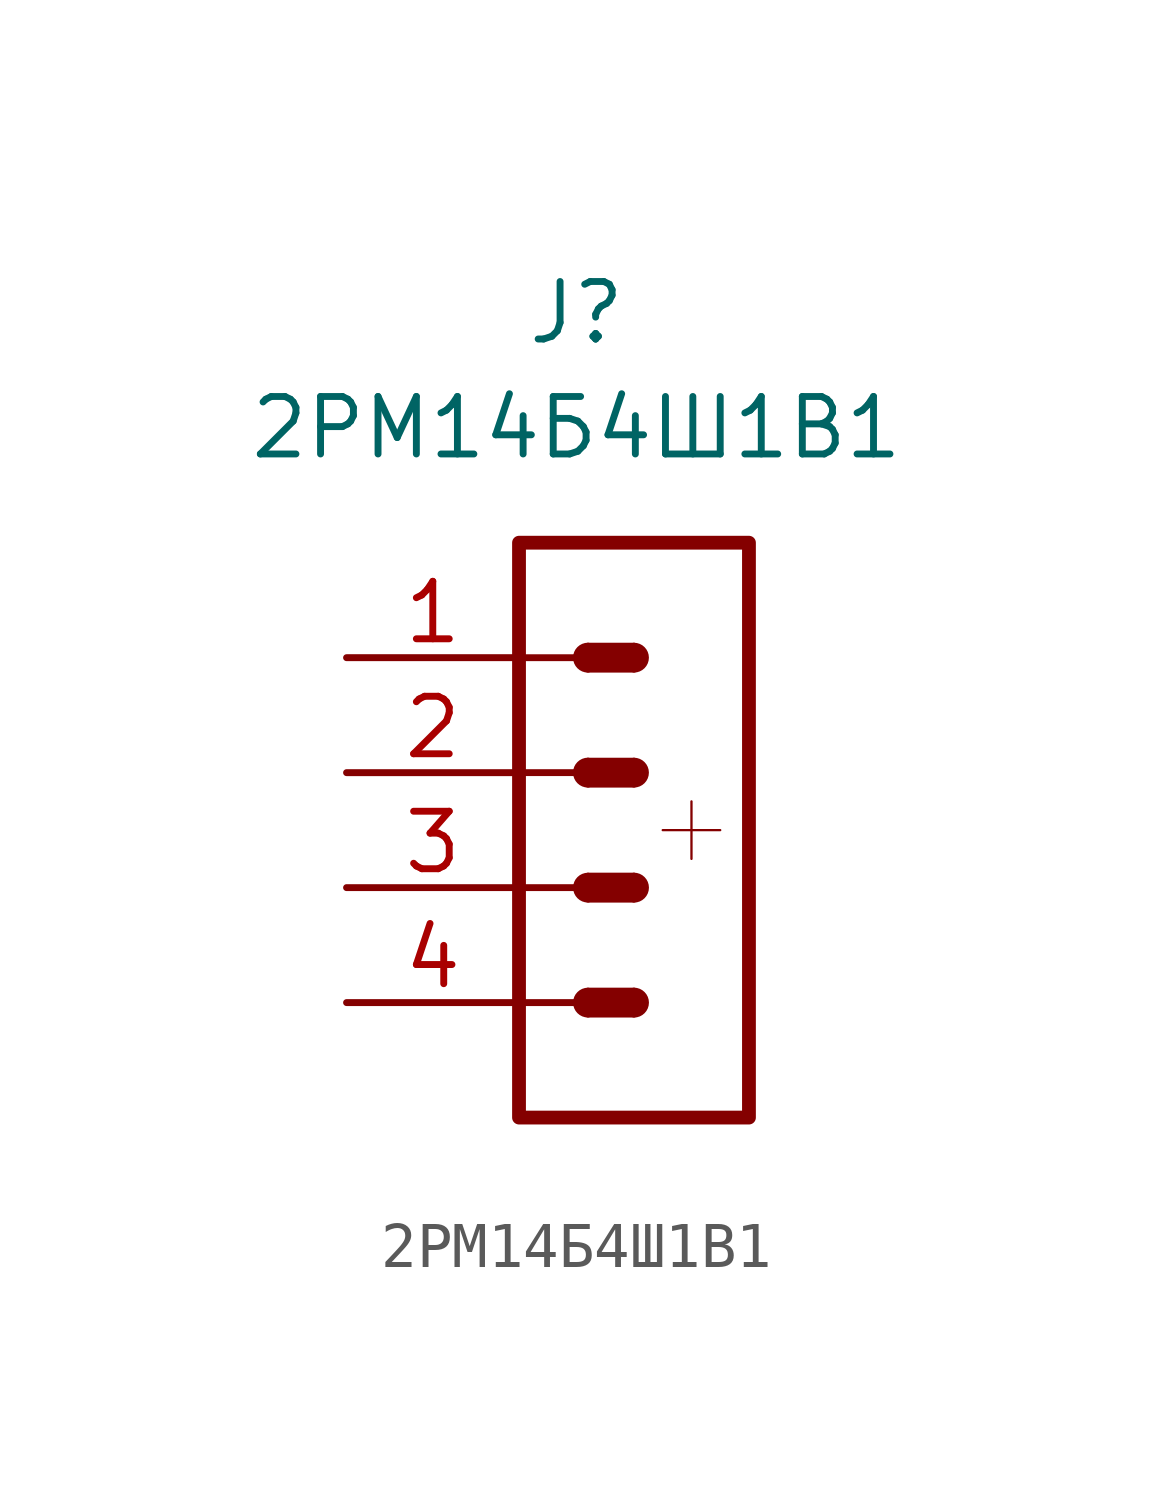
<source format=kicad_sym>
(kicad_symbol_lib
  (version 20211014)
  (generator kicad_symbol_editor)
  (symbol "2РМ14Б4Ш1В1"
    (pin_names
      (offset 1.016) hide)
    (property "Reference" "J"
      (at 0 10.16 0)
      (effects (font (size 1.27 1.27))))
    (property "Value" "2РМ14Б4Ш1В1"
      (at 0 7.62 0)
      (effects (font (size 1.27 1.27))))
    (symbol "2РМ14Б4Ш1В1_0_1"
      (rectangle (start -1.27 -5.08) (end 0 -5.08) (stroke (width 0.152) (type default) (color 0 0 0 0)) (fill (type none)))
      (rectangle (start -1.27 -2.54) (end 0 -2.54) (stroke (width 0.152) (type default) (color 0 0 0 0)) (fill (type none)))
      (rectangle (start -1.27 0) (end 0 0) (stroke (width 0.152) (type default) (color 0 0 0 0)) (fill (type none)))
      (rectangle (start -1.27 2.54) (end 0 2.54) (stroke (width 0.152) (type default) (color 0 0 0 0)) (fill (type none)))
      (rectangle (start -1.27 5.08) (end 3.81 -7.62) (stroke (width 0.305) (type default) (color 0 0 0 0)) (fill (type none))))
    (symbol "2РМ14Б4Ш1В1_1_1"
      (polyline (pts (xy 1.905 -1.27) (xy 3.175 -1.27)) (stroke (width 0.051) (type default) (color 0 0 0 0)) (fill (type none)))
      (polyline (pts (xy 2.54 -0.635) (xy 2.54 -1.905)) (stroke (width 0.051) (type default) (color 0 0 0 0)) (fill (type none)))
      (arc (start 0.254 -4.826) (mid 0 -5.08) (end 0.254 -5.334) (stroke (width 0) (type default) (color 0 0 0 0)) (fill (type outline)))
      (rectangle (start 0.254 -4.826) (end 1.27 -5.334) (stroke (width 0) (type default) (color 0 0 0 0)) (fill (type outline)))
      (arc (start 0.254 -2.286) (mid 0 -2.54) (end 0.254 -2.794) (stroke (width 0) (type default) (color 0 0 0 0)) (fill (type outline)))
      (rectangle (start 0.254 -2.286) (end 1.27 -2.794) (stroke (width 0) (type default) (color 0 0 0 0)) (fill (type outline)))
      (arc (start 0.254 0.254) (mid 0 0) (end 0.254 -0.254) (stroke (width 0) (type default) (color 0 0 0 0)) (fill (type outline)))
      (rectangle (start 0.254 0.254) (end 1.27 -0.254) (stroke (width 0) (type default) (color 0 0 0 0)) (fill (type outline)))
      (arc (start 0.254 2.794) (mid 0 2.54) (end 0.254 2.286) (stroke (width 0) (type default) (color 0 0 0 0)) (fill (type outline)))
      (rectangle (start 0.254 2.794) (end 1.27 2.286) (stroke (width 0) (type default) (color 0 0 0 0)) (fill (type outline)))
      (arc (start 1.27 -5.334) (mid 1.524 -5.08) (end 1.27 -4.826) (stroke (width 0) (type default) (color 0 0 0 0)) (fill (type outline)))
      (arc (start 1.27 -2.794) (mid 1.524 -2.54) (end 1.27 -2.286) (stroke (width 0) (type default) (color 0 0 0 0)) (fill (type outline)))
      (arc (start 1.27 -0.254) (mid 1.524 0) (end 1.27 0.254) (stroke (width 0) (type default) (color 0 0 0 0)) (fill (type outline)))
      (arc (start 1.27 2.286) (mid 1.524 2.54) (end 1.27 2.794) (stroke (width 0) (type default) (color 0 0 0 0)) (fill (type outline)))
      (pin passive line (at -5.08 2.54 0) (length 3.81) (name "Pin_1" (effects (font (size 1.27 1.27)))) (number "1" (effects (font (size 1.27 1.27)))))
      (pin passive line (at -5.08 0 0) (length 3.81) (name "Pin_2" (effects (font (size 1.27 1.27)))) (number "2" (effects (font (size 1.27 1.27)))))
      (pin passive line (at -5.08 -2.54 0) (length 3.81) (name "Pin_3" (effects (font (size 1.27 1.27)))) (number "3" (effects (font (size 1.27 1.27)))))
      (pin passive line (at -5.08 -5.08 0) (length 3.81) (name "Pin_4" (effects (font (size 1.27 1.27)))) (number "4" (effects (font (size 1.27 1.27))))))))
</source>
